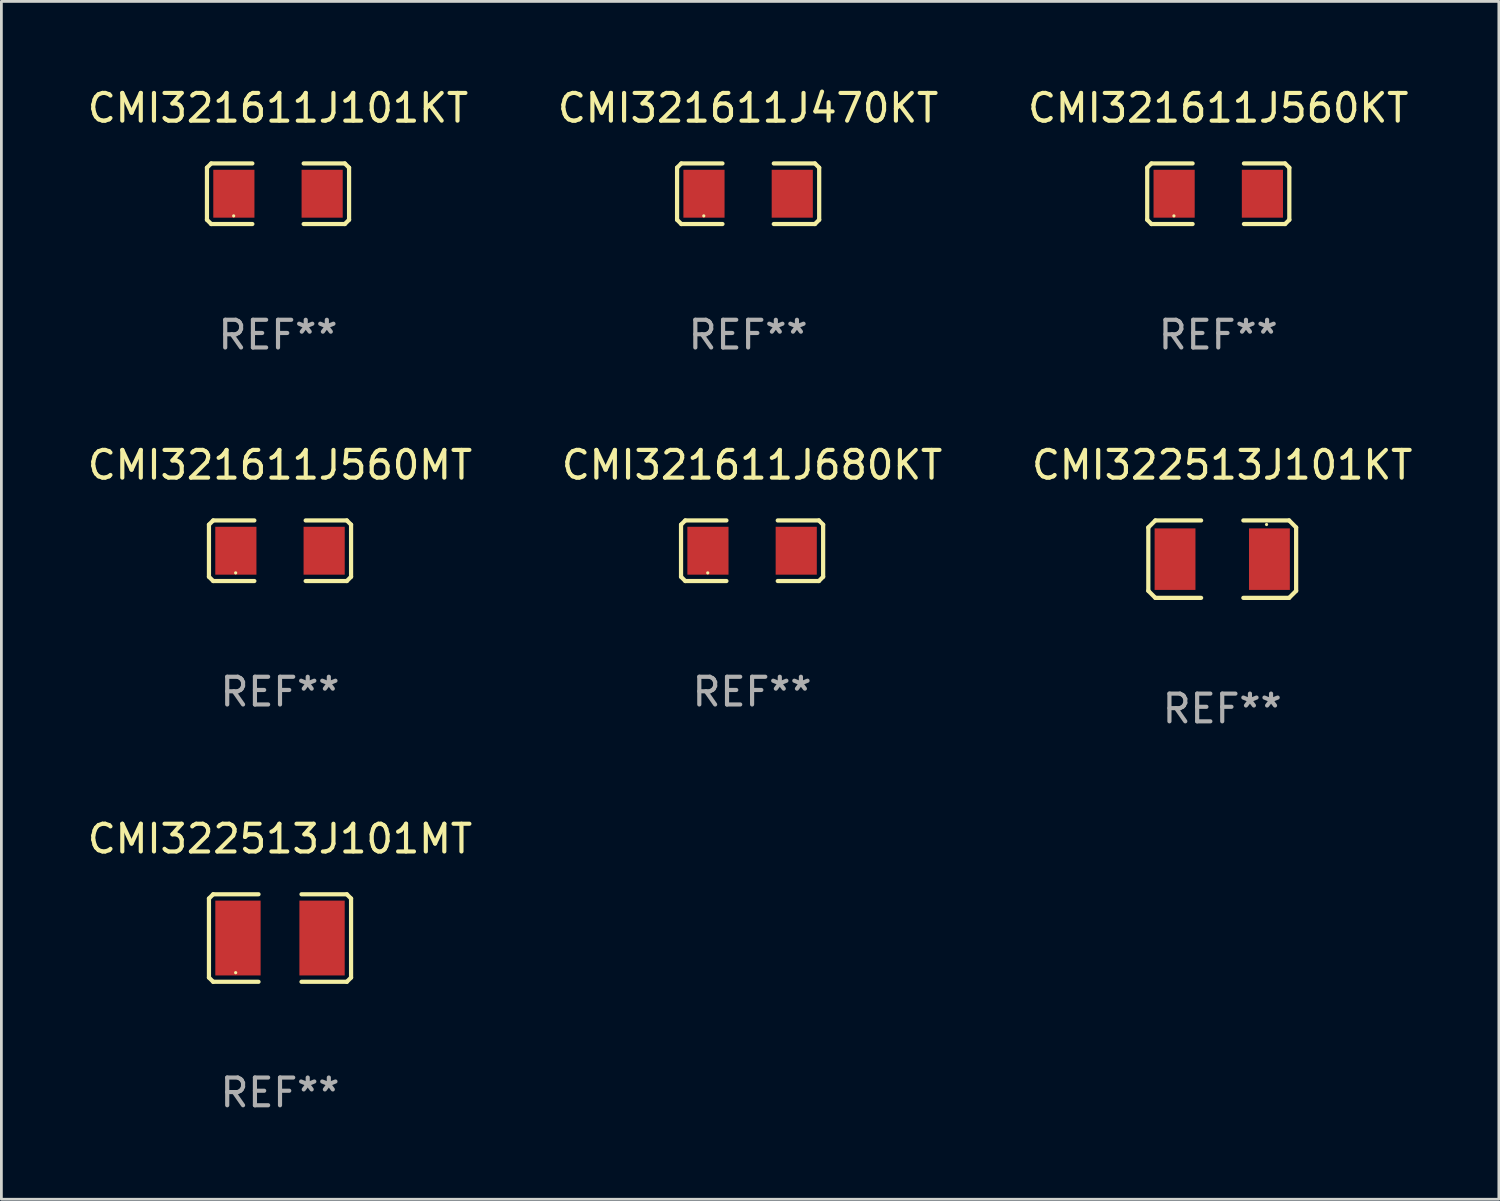
<source format=kicad_pcb>
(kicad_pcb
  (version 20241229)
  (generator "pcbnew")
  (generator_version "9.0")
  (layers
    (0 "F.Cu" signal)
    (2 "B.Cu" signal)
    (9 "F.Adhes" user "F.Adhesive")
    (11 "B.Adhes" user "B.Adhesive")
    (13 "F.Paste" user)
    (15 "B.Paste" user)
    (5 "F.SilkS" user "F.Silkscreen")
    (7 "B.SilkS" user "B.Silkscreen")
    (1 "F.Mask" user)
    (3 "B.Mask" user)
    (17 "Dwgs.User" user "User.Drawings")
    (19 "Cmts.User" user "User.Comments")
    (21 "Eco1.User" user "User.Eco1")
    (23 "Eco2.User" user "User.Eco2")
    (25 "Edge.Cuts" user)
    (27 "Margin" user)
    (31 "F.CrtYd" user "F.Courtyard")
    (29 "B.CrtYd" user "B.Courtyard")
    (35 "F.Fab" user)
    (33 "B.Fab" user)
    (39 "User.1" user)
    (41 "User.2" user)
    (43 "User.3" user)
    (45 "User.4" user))
  (footprint "CMI322513J101MT"
    (layer "F.Cu")
    (at 7.054 30.799)
    (property "Reference" "CMI322513J101MT" (at 0 -3.579 0) (layer "F.SilkS") (effects (font (size 1 1) (thickness 0.15))))
    (attr through_hole)
    (fp_line (start -2.564 -1.426) (end -2.564 1.426) (stroke (width 0.152) (type solid)) (layer "F.SilkS"))
    (fp_line (start -2.564 1.426) (end -2.411 1.579) (stroke (width 0.152) (type solid)) (layer "F.SilkS"))
    (fp_line (start -2.411 -1.579) (end -2.564 -1.426) (stroke (width 0.152) (type solid)) (layer "F.SilkS"))
    (fp_line (start -2.411 1.579) (end -0.776 1.579) (stroke (width 0.152) (type solid)) (layer "F.SilkS"))
    (fp_line (start -0.776 -1.579) (end -2.411 -1.579) (stroke (width 0.152) (type solid)) (layer "F.SilkS"))
    (fp_line (start 0.776 -1.579) (end 2.411 -1.579) (stroke (width 0.152) (type solid)) (layer "F.SilkS"))
    (fp_line (start 2.411 -1.579) (end 2.564 -1.426) (stroke (width 0.152) (type solid)) (layer "F.SilkS"))
    (fp_line (start 2.411 1.579) (end 0.776 1.579) (stroke (width 0.152) (type solid)) (layer "F.SilkS"))
    (fp_line (start 2.564 -1.426) (end 2.564 1.426) (stroke (width 0.152) (type solid)) (layer "F.SilkS"))
    (fp_line (start 2.564 1.426) (end 2.411 1.579) (stroke (width 0.152) (type solid)) (layer "F.SilkS"))
    (fp_circle (center -1.6 1.25) (end -1.57 1.25) (stroke (width 0.06) (type solid)) (fill no) (layer "F.SilkS"))
    (fp_text user "REF**" (at 0 5.579 0) (layer "F.Fab") (effects (font (size 1 1) (thickness 0.15))))
    (pad "1" smd rect (at -1.517 -0.000013) (size 1.635 2.7) (layers "F.Cu" "F.Mask" "F.Paste"))
    (pad "2" smd rect (at 1.517 -0.000013) (size 1.635 2.7) (layers "F.Cu" "F.Mask" "F.Paste")))
  (footprint "CMI321611J680KT"
    (layer "F.Cu")
    (at 24.089 16.823)
    (property "Reference" "CMI321611J680KT" (at 0 -3.093 0) (layer "F.SilkS") (effects (font (size 1 1) (thickness 0.15))))
    (attr through_hole)
    (fp_line (start -2.564 -0.94) (end -2.411 -1.093) (stroke (width 0.152) (type solid)) (layer "F.SilkS"))
    (fp_line (start -2.564 0.94) (end -2.564 -0.94) (stroke (width 0.152) (type solid)) (layer "F.SilkS"))
    (fp_line (start -2.411 -1.093) (end -0.926 -1.093) (stroke (width 0.152) (type solid)) (layer "F.SilkS"))
    (fp_line (start -2.411 1.093) (end -2.564 0.94) (stroke (width 0.152) (type solid)) (layer "F.SilkS"))
    (fp_line (start -0.926 1.093) (end -2.411 1.093) (stroke (width 0.152) (type solid)) (layer "F.SilkS"))
    (fp_line (start 0.926 1.093) (end 2.411 1.093) (stroke (width 0.152) (type solid)) (layer "F.SilkS"))
    (fp_line (start 2.411 -1.093) (end 0.926 -1.093) (stroke (width 0.152) (type solid)) (layer "F.SilkS"))
    (fp_line (start 2.411 1.093) (end 2.564 0.94) (stroke (width 0.152) (type solid)) (layer "F.SilkS"))
    (fp_line (start 2.564 -0.94) (end 2.411 -1.093) (stroke (width 0.152) (type solid)) (layer "F.SilkS"))
    (fp_line (start 2.564 0.94) (end 2.564 -0.94) (stroke (width 0.152) (type solid)) (layer "F.SilkS"))
    (fp_circle (center -1.6 0.8) (end -1.57 0.8) (stroke (width 0.06) (type solid)) (fill no) (layer "F.SilkS"))
    (fp_text user "REF**" (at 0 5.093 0) (layer "F.Fab") (effects (font (size 1 1) (thickness 0.15))))
    (pad "1" smd rect (at -1.593 0) (size 1.485 1.728) (layers "F.Cu" "F.Mask" "F.Paste"))
    (pad "2" smd rect (at 1.593 0) (size 1.485 1.728) (layers "F.Cu" "F.Mask" "F.Paste")))
  (footprint "CMI321611J101KT"
    (layer "F.Cu")
    (at 6.982 3.941)
    (property "Reference" "CMI321611J101KT" (at 0 -3.093 0) (layer "F.SilkS") (effects (font (size 1 1) (thickness 0.15))))
    (attr through_hole)
    (fp_line (start -2.564 -0.94) (end -2.411 -1.093) (stroke (width 0.152) (type solid)) (layer "F.SilkS"))
    (fp_line (start -2.564 0.94) (end -2.564 -0.94) (stroke (width 0.152) (type solid)) (layer "F.SilkS"))
    (fp_line (start -2.411 -1.093) (end -0.926 -1.093) (stroke (width 0.152) (type solid)) (layer "F.SilkS"))
    (fp_line (start -2.411 1.093) (end -2.564 0.94) (stroke (width 0.152) (type solid)) (layer "F.SilkS"))
    (fp_line (start -0.926 1.093) (end -2.411 1.093) (stroke (width 0.152) (type solid)) (layer "F.SilkS"))
    (fp_line (start 0.926 1.093) (end 2.411 1.093) (stroke (width 0.152) (type solid)) (layer "F.SilkS"))
    (fp_line (start 2.411 -1.093) (end 0.926 -1.093) (stroke (width 0.152) (type solid)) (layer "F.SilkS"))
    (fp_line (start 2.411 1.093) (end 2.564 0.94) (stroke (width 0.152) (type solid)) (layer "F.SilkS"))
    (fp_line (start 2.564 -0.94) (end 2.411 -1.093) (stroke (width 0.152) (type solid)) (layer "F.SilkS"))
    (fp_line (start 2.564 0.94) (end 2.564 -0.94) (stroke (width 0.152) (type solid)) (layer "F.SilkS"))
    (fp_circle (center -1.6 0.8) (end -1.57 0.8) (stroke (width 0.06) (type solid)) (fill no) (layer "F.SilkS"))
    (fp_text user "REF**" (at 0 5.093 0) (layer "F.Fab") (effects (font (size 1 1) (thickness 0.15))))
    (pad "1" smd rect (at -1.593 0) (size 1.485 1.728) (layers "F.Cu" "F.Mask" "F.Paste"))
    (pad "2" smd rect (at 1.593 0) (size 1.485 1.728) (layers "F.Cu" "F.Mask" "F.Paste")))
  (footprint "CMI322513J101KT"
    (layer "F.Cu")
    (at 41.054 17.127)
    (property "Reference" "CMI322513J101KT" (at 0 -3.397 0) (layer "F.SilkS") (effects (font (size 1 1) (thickness 0.15))))
    (attr through_hole)
    (fp_line (start -2.667 -1.143) (end -2.413 -1.397) (stroke (width 0.152) (type solid)) (layer "F.SilkS"))
    (fp_line (start -2.667 1.143) (end -2.667 -1.143) (stroke (width 0.152) (type solid)) (layer "F.SilkS"))
    (fp_line (start -2.413 -1.397) (end -0.762 -1.397) (stroke (width 0.152) (type solid)) (layer "F.SilkS"))
    (fp_line (start -2.413 1.397) (end -2.667 1.143) (stroke (width 0.152) (type solid)) (layer "F.SilkS"))
    (fp_line (start -0.762 1.397) (end -2.413 1.397) (stroke (width 0.152) (type solid)) (layer "F.SilkS"))
    (fp_line (start 0.762 -1.397) (end 2.413 -1.397) (stroke (width 0.152) (type solid)) (layer "F.SilkS"))
    (fp_line (start 2.413 -1.397) (end 2.667 -1.143) (stroke (width 0.152) (type solid)) (layer "F.SilkS"))
    (fp_line (start 2.413 1.397) (end 0.762 1.397) (stroke (width 0.152) (type solid)) (layer "F.SilkS"))
    (fp_line (start 2.667 -1.143) (end 2.667 1.143) (stroke (width 0.152) (type solid)) (layer "F.SilkS"))
    (fp_line (start 2.667 1.143) (end 2.413 1.397) (stroke (width 0.152) (type solid)) (layer "F.SilkS"))
    (fp_circle (center 1.6 -1.25) (end 1.63 -1.25) (stroke (width 0.06) (type solid)) (fill no) (layer "F.SilkS"))
    (fp_text user "REF**" (at 0 5.397 0) (layer "F.Fab") (effects (font (size 1 1) (thickness 0.15))))
    (pad "1" smd rect (at 1.703 0) (size 1.474 2.22) (layers "F.Cu" "F.Mask" "F.Paste"))
    (pad "2" smd rect (at -1.703 0) (size 1.474 2.22) (layers "F.Cu" "F.Mask" "F.Paste")))
  (footprint "CMI321611J560KT"
    (layer "F.Cu")
    (at 40.911 3.941)
    (property "Reference" "CMI321611J560KT" (at 0 -3.093 0) (layer "F.SilkS") (effects (font (size 1 1) (thickness 0.15))))
    (attr through_hole)
    (fp_line (start -2.564 -0.94) (end -2.411 -1.093) (stroke (width 0.152) (type solid)) (layer "F.SilkS"))
    (fp_line (start -2.564 0.94) (end -2.564 -0.94) (stroke (width 0.152) (type solid)) (layer "F.SilkS"))
    (fp_line (start -2.411 -1.093) (end -0.926 -1.093) (stroke (width 0.152) (type solid)) (layer "F.SilkS"))
    (fp_line (start -2.411 1.093) (end -2.564 0.94) (stroke (width 0.152) (type solid)) (layer "F.SilkS"))
    (fp_line (start -0.926 1.093) (end -2.411 1.093) (stroke (width 0.152) (type solid)) (layer "F.SilkS"))
    (fp_line (start 0.926 1.093) (end 2.411 1.093) (stroke (width 0.152) (type solid)) (layer "F.SilkS"))
    (fp_line (start 2.411 -1.093) (end 0.926 -1.093) (stroke (width 0.152) (type solid)) (layer "F.SilkS"))
    (fp_line (start 2.411 1.093) (end 2.564 0.94) (stroke (width 0.152) (type solid)) (layer "F.SilkS"))
    (fp_line (start 2.564 -0.94) (end 2.411 -1.093) (stroke (width 0.152) (type solid)) (layer "F.SilkS"))
    (fp_line (start 2.564 0.94) (end 2.564 -0.94) (stroke (width 0.152) (type solid)) (layer "F.SilkS"))
    (fp_circle (center -1.6 0.8) (end -1.57 0.8) (stroke (width 0.06) (type solid)) (fill no) (layer "F.SilkS"))
    (fp_text user "REF**" (at 0 5.093 0) (layer "F.Fab") (effects (font (size 1 1) (thickness 0.15))))
    (pad "1" smd rect (at -1.593 0) (size 1.485 1.728) (layers "F.Cu" "F.Mask" "F.Paste"))
    (pad "2" smd rect (at 1.593 0) (size 1.485 1.728) (layers "F.Cu" "F.Mask" "F.Paste")))
  (footprint "CMI321611J560MT"
    (layer "F.Cu")
    (at 7.054 16.823)
    (property "Reference" "CMI321611J560MT" (at 0 -3.093 0) (layer "F.SilkS") (effects (font (size 1 1) (thickness 0.15))))
    (attr through_hole)
    (fp_line (start -2.564 -0.94) (end -2.411 -1.093) (stroke (width 0.152) (type solid)) (layer "F.SilkS"))
    (fp_line (start -2.564 0.94) (end -2.564 -0.94) (stroke (width 0.152) (type solid)) (layer "F.SilkS"))
    (fp_line (start -2.411 -1.093) (end -0.926 -1.093) (stroke (width 0.152) (type solid)) (layer "F.SilkS"))
    (fp_line (start -2.411 1.093) (end -2.564 0.94) (stroke (width 0.152) (type solid)) (layer "F.SilkS"))
    (fp_line (start -0.926 1.093) (end -2.411 1.093) (stroke (width 0.152) (type solid)) (layer "F.SilkS"))
    (fp_line (start 0.926 1.093) (end 2.411 1.093) (stroke (width 0.152) (type solid)) (layer "F.SilkS"))
    (fp_line (start 2.411 -1.093) (end 0.926 -1.093) (stroke (width 0.152) (type solid)) (layer "F.SilkS"))
    (fp_line (start 2.411 1.093) (end 2.564 0.94) (stroke (width 0.152) (type solid)) (layer "F.SilkS"))
    (fp_line (start 2.564 -0.94) (end 2.411 -1.093) (stroke (width 0.152) (type solid)) (layer "F.SilkS"))
    (fp_line (start 2.564 0.94) (end 2.564 -0.94) (stroke (width 0.152) (type solid)) (layer "F.SilkS"))
    (fp_circle (center -1.6 0.8) (end -1.57 0.8) (stroke (width 0.06) (type solid)) (fill no) (layer "F.SilkS"))
    (fp_text user "REF**" (at 0 5.093 0) (layer "F.Fab") (effects (font (size 1 1) (thickness 0.15))))
    (pad "1" smd rect (at -1.593 0) (size 1.485 1.728) (layers "F.Cu" "F.Mask" "F.Paste"))
    (pad "2" smd rect (at 1.593 0) (size 1.485 1.728) (layers "F.Cu" "F.Mask" "F.Paste")))
  (footprint "CMI321611J470KT"
    (layer "F.Cu")
    (at 23.946 3.941)
    (property "Reference" "CMI321611J470KT" (at 0 -3.093 0) (layer "F.SilkS") (effects (font (size 1 1) (thickness 0.15))))
    (attr through_hole)
    (fp_line (start -2.564 -0.94) (end -2.411 -1.093) (stroke (width 0.152) (type solid)) (layer "F.SilkS"))
    (fp_line (start -2.564 0.94) (end -2.564 -0.94) (stroke (width 0.152) (type solid)) (layer "F.SilkS"))
    (fp_line (start -2.411 -1.093) (end -0.926 -1.093) (stroke (width 0.152) (type solid)) (layer "F.SilkS"))
    (fp_line (start -2.411 1.093) (end -2.564 0.94) (stroke (width 0.152) (type solid)) (layer "F.SilkS"))
    (fp_line (start -0.926 1.093) (end -2.411 1.093) (stroke (width 0.152) (type solid)) (layer "F.SilkS"))
    (fp_line (start 0.926 1.093) (end 2.411 1.093) (stroke (width 0.152) (type solid)) (layer "F.SilkS"))
    (fp_line (start 2.411 -1.093) (end 0.926 -1.093) (stroke (width 0.152) (type solid)) (layer "F.SilkS"))
    (fp_line (start 2.411 1.093) (end 2.564 0.94) (stroke (width 0.152) (type solid)) (layer "F.SilkS"))
    (fp_line (start 2.564 -0.94) (end 2.411 -1.093) (stroke (width 0.152) (type solid)) (layer "F.SilkS"))
    (fp_line (start 2.564 0.94) (end 2.564 -0.94) (stroke (width 0.152) (type solid)) (layer "F.SilkS"))
    (fp_circle (center -1.6 0.8) (end -1.57 0.8) (stroke (width 0.06) (type solid)) (fill no) (layer "F.SilkS"))
    (fp_text user "REF**" (at 0 5.093 0) (layer "F.Fab") (effects (font (size 1 1) (thickness 0.15))))
    (pad "1" smd rect (at -1.593 0) (size 1.485 1.728) (layers "F.Cu" "F.Mask" "F.Paste"))
    (pad "2" smd rect (at 1.593 0) (size 1.485 1.728) (layers "F.Cu" "F.Mask" "F.Paste")))
  (gr_rect
    (start -3 -3)
    (end 51.036 40.226)
    (stroke (width 0.1) (type default))
    (fill no)
    (layer "Edge.Cuts")))
</source>
